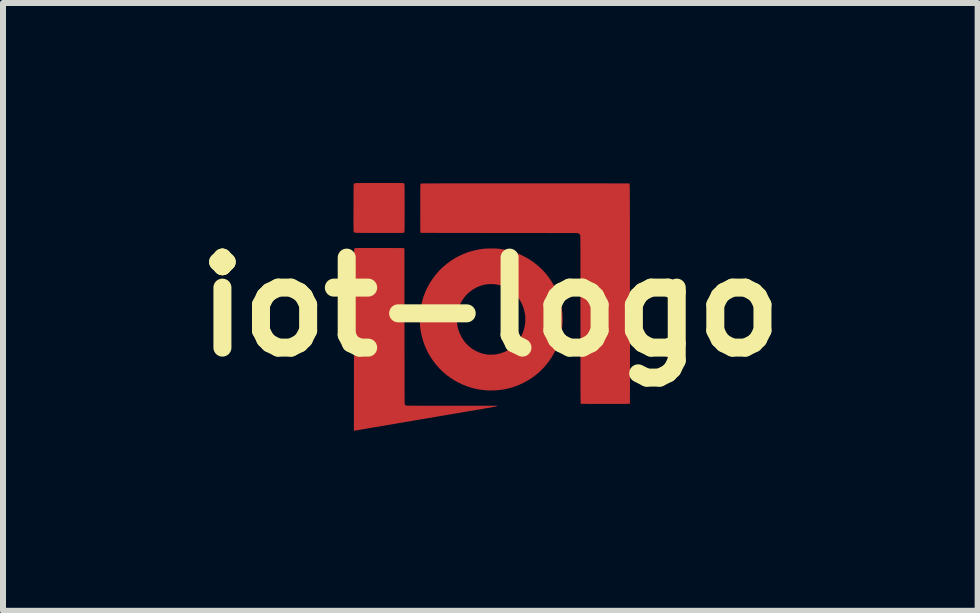
<source format=kicad_pcb>
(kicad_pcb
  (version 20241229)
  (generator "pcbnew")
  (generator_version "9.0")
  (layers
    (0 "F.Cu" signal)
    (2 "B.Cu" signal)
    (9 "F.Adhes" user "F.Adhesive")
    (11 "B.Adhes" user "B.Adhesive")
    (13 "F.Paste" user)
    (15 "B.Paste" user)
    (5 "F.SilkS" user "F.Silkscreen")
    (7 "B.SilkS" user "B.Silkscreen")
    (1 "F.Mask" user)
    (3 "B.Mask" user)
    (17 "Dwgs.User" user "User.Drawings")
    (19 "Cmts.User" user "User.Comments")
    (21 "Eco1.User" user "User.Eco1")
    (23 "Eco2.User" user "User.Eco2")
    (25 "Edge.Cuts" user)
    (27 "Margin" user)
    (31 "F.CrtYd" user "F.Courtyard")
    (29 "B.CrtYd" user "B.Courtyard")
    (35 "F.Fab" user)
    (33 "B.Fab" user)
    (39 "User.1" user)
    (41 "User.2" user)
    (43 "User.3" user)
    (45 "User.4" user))
  (footprint "iot-logo"
    (layer "F.Cu")
    (at 5.121 2.065)
    (property "Reference" "iot-logo" (at 0 0 0) (layer "F.SilkS") (effects (font (size 1.5 1.5) (thickness 0.3))))
    (attr board_only exclude_from_pos_files exclude_from_bom)
    (fp_poly (pts (xy -1.793 -2.065) (xy -1.745 -2.065) (xy -1.702 -2.065) (xy -1.663 -2.065) (xy -1.628 -2.065) (xy -1.596 -2.065) (xy -1.569 -2.065) (xy -1.545 -2.065) (xy -1.524 -2.065) (xy -1.506 -2.064) (xy -1.49 -2.064) (xy -1.478 -2.064) (xy -1.467 -2.064) (xy -1.459 -2.064) (xy -1.452 -2.063) (xy -1.447 -2.063) (xy -1.443 -2.063) (xy -1.44 -2.062) (xy -1.438 -2.062) (xy -1.437 -2.061) (xy -1.437 -2.061) (xy -1.434 -2.055) (xy -1.431 -2.048) (xy -1.43 -2.045) (xy -1.43 -2.041) (xy -1.43 -2.032) (xy -1.429 -2.019) (xy -1.429 -2.002) (xy -1.429 -1.982) (xy -1.428 -1.958) (xy -1.428 -1.931) (xy -1.428 -1.901) (xy -1.428 -1.87) (xy -1.428 -1.836) (xy -1.428 -1.8) (xy -1.428 -1.763) (xy -1.428 -1.726) (xy -1.427 -1.687) (xy -1.427 -1.648) (xy -1.427 -1.609) (xy -1.428 -1.571) (xy -1.428 -1.533) (xy -1.428 -1.496) (xy -1.428 -1.461) (xy -1.428 -1.427) (xy -1.428 -1.395) (xy -1.428 -1.365) (xy -1.428 -1.339) (xy -1.429 -1.315) (xy -1.429 -1.294) (xy -1.429 -1.277) (xy -1.429 -1.264) (xy -1.43 -1.256) (xy -1.43 -1.252) (xy -1.43 -1.252) (xy -1.434 -1.244) (xy -1.439 -1.238) (xy -1.439 -1.238) (xy -1.44 -1.237) (xy -1.441 -1.236) (xy -1.443 -1.236) (xy -1.445 -1.235) (xy -1.448 -1.235) (xy -1.452 -1.234) (xy -1.457 -1.234) (xy -1.464 -1.234) (xy -1.472 -1.234) (xy -1.483 -1.233) (xy -1.496 -1.233) (xy -1.511 -1.233) (xy -1.53 -1.233) (xy -1.551 -1.233) (xy -1.575 -1.233) (xy -1.603 -1.233) (xy -1.634 -1.233) (xy -1.669 -1.233) (xy -1.708 -1.233) (xy -1.752 -1.233) (xy -1.8 -1.233) (xy -1.845 -1.233) (xy -1.889 -1.233) (xy -1.932 -1.233) (xy -1.974 -1.233) (xy -2.013 -1.233) (xy -2.051 -1.233) (xy -2.086 -1.233) (xy -2.118 -1.233) (xy -2.148 -1.234) (xy -2.174 -1.234) (xy -2.197 -1.234) (xy -2.216 -1.234) (xy -2.231 -1.234) (xy -2.242 -1.234) (xy -2.248 -1.235) (xy -2.25 -1.235) (xy -2.263 -1.24) (xy -2.272 -1.248) (xy -2.276 -1.254) (xy -2.276 -1.256) (xy -2.277 -1.258) (xy -2.277 -1.261) (xy -2.278 -1.264) (xy -2.278 -1.269) (xy -2.279 -1.276) (xy -2.279 -1.284) (xy -2.279 -1.294) (xy -2.279 -1.306) (xy -2.279 -1.321) (xy -2.28 -1.338) (xy -2.28 -1.358) (xy -2.28 -1.381) (xy -2.28 -1.408) (xy -2.28 -1.438) (xy -2.28 -1.472) (xy -2.28 -1.51) (xy -2.28 -1.552) (xy -2.28 -1.599) (xy -2.279 -1.651) (xy -2.279 -1.651) (xy -2.279 -1.703) (xy -2.279 -1.749) (xy -2.279 -1.792) (xy -2.279 -1.829) (xy -2.279 -1.863) (xy -2.279 -1.893) (xy -2.279 -1.92) (xy -2.279 -1.943) (xy -2.278 -1.963) (xy -2.278 -1.98) (xy -2.278 -1.994) (xy -2.278 -2.007) (xy -2.278 -2.016) (xy -2.277 -2.025) (xy -2.277 -2.031) (xy -2.277 -2.036) (xy -2.276 -2.04) (xy -2.276 -2.042) (xy -2.275 -2.044) (xy -2.275 -2.046) (xy -2.274 -2.047) (xy -2.274 -2.047) (xy -2.268 -2.055) (xy -2.261 -2.06) (xy -2.26 -2.061) (xy -2.259 -2.061) (xy -2.257 -2.062) (xy -2.254 -2.062) (xy -2.251 -2.063) (xy -2.246 -2.063) (xy -2.24 -2.063) (xy -2.233 -2.064) (xy -2.223 -2.064) (xy -2.212 -2.064) (xy -2.198 -2.064) (xy -2.182 -2.064) (xy -2.162 -2.065) (xy -2.14 -2.065) (xy -2.115 -2.065) (xy -2.086 -2.065) (xy -2.053 -2.065) (xy -2.017 -2.065) (xy -1.976 -2.065) (xy -1.931 -2.065) (xy -1.882 -2.065) (xy -1.846 -2.065)) (stroke (width 0) (type solid)) (fill yes) (layer "F.Cu"))
    (fp_poly (pts (xy -2.013 -0.982) (xy -1.972 -0.982) (xy -1.926 -0.982) (xy -1.875 -0.982) (xy -1.843 -0.982) (xy -1.442 -0.981) (xy -1.437 -0.974) (xy -1.431 -0.967) (xy -1.43 0.326) (xy -1.43 0.422) (xy -1.43 0.513) (xy -1.43 0.6) (xy -1.43 0.682) (xy -1.43 0.759) (xy -1.429 0.832) (xy -1.429 0.901) (xy -1.429 0.966) (xy -1.429 1.026) (xy -1.429 1.083) (xy -1.429 1.136) (xy -1.429 1.186) (xy -1.429 1.232) (xy -1.429 1.275) (xy -1.429 1.314) (xy -1.429 1.351) (xy -1.428 1.384) (xy -1.428 1.415) (xy -1.428 1.443) (xy -1.428 1.468) (xy -1.428 1.491) (xy -1.428 1.511) (xy -1.428 1.53) (xy -1.428 1.546) (xy -1.427 1.56) (xy -1.427 1.573) (xy -1.427 1.583) (xy -1.427 1.593) (xy -1.427 1.601) (xy -1.426 1.607) (xy -1.426 1.612) (xy -1.426 1.617) (xy -1.426 1.62) (xy -1.425 1.622) (xy -1.425 1.624) (xy -1.425 1.626) (xy -1.424 1.627) (xy -1.424 1.627) (xy -1.419 1.634) (xy -1.412 1.639) (xy -1.402 1.642) (xy -1.388 1.644) (xy -1.382 1.645) (xy -1.377 1.645) (xy -1.368 1.646) (xy -1.354 1.646) (xy -1.336 1.646) (xy -1.314 1.646) (xy -1.287 1.646) (xy -1.257 1.646) (xy -1.223 1.646) (xy -1.186 1.647) (xy -1.146 1.647) (xy -1.103 1.647) (xy -1.057 1.647) (xy -1.008 1.647) (xy -0.957 1.647) (xy -0.904 1.647) (xy -0.848 1.647) (xy -0.791 1.647) (xy -0.733 1.647) (xy -0.673 1.647) (xy -0.624 1.647) (xy 0.11 1.647) (xy 0.11 1.653) (xy 0.11 1.654) (xy 0.109 1.655) (xy 0.108 1.655) (xy 0.107 1.656) (xy 0.104 1.657) (xy 0.1 1.658) (xy 0.094 1.66) (xy 0.087 1.661) (xy 0.077 1.663) (xy 0.066 1.666) (xy 0.051 1.668) (xy 0.034 1.671) (xy 0.015 1.675) (xy -0.008 1.679) (xy -0.035 1.683) (xy -0.065 1.688) (xy -0.099 1.694) (xy -0.137 1.701) (xy -0.18 1.708) (xy -0.227 1.716) (xy -0.239 1.718) (xy -0.265 1.723) (xy -0.295 1.728) (xy -0.328 1.733) (xy -0.365 1.739) (xy -0.404 1.746) (xy -0.447 1.753) (xy -0.492 1.761) (xy -0.54 1.769) (xy -0.59 1.778) (xy -0.643 1.787) (xy -0.697 1.796) (xy -0.753 1.806) (xy -0.811 1.815) (xy -0.87 1.825) (xy -0.93 1.836) (xy -0.99 1.846) (xy -1.052 1.856) (xy -1.114 1.867) (xy -1.177 1.878) (xy -1.24 1.888) (xy -1.302 1.899) (xy -1.364 1.91) (xy -1.426 1.92) (xy -1.487 1.93) (xy -1.547 1.941) (xy -1.606 1.951) (xy -1.664 1.961) (xy -1.721 1.97) (xy -1.775 1.98) (xy -1.828 1.989) (xy -1.879 1.997) (xy -1.927 2.005) (xy -1.973 2.013) (xy -2.016 2.02) (xy -2.056 2.027) (xy -2.093 2.034) (xy -2.127 2.039) (xy -2.157 2.045) (xy -2.183 2.049) (xy -2.206 2.053) (xy -2.224 2.056) (xy -2.239 2.058) (xy -2.248 2.06) (xy -2.253 2.061) (xy -2.273 2.064) (xy -2.272 0.552) (xy -2.272 0.446) (xy -2.272 0.345) (xy -2.272 0.249) (xy -2.272 0.158) (xy -2.272 0.071) (xy -2.272 -0.012) (xy -2.272 -0.09) (xy -2.271 -0.163) (xy -2.271 -0.233) (xy -2.271 -0.299) (xy -2.271 -0.361) (xy -2.271 -0.419) (xy -2.271 -0.473) (xy -2.271 -0.524) (xy -2.271 -0.571) (xy -2.271 -0.615) (xy -2.271 -0.656) (xy -2.271 -0.694) (xy -2.271 -0.729) (xy -2.271 -0.761) (xy -2.27 -0.79) (xy -2.27 -0.816) (xy -2.27 -0.84) (xy -2.27 -0.861) (xy -2.27 -0.88) (xy -2.27 -0.897) (xy -2.27 -0.912) (xy -2.269 -0.925) (xy -2.269 -0.936) (xy -2.269 -0.945) (xy -2.269 -0.952) (xy -2.269 -0.958) (xy -2.268 -0.962) (xy -2.268 -0.965) (xy -2.268 -0.967) (xy -2.268 -0.968) (xy -2.267 -0.97) (xy -2.266 -0.972) (xy -2.265 -0.973) (xy -2.264 -0.975) (xy -2.262 -0.976) (xy -2.26 -0.977) (xy -2.256 -0.978) (xy -2.251 -0.979) (xy -2.245 -0.98) (xy -2.237 -0.98) (xy -2.227 -0.981) (xy -2.215 -0.981) (xy -2.2 -0.981) (xy -2.183 -0.982) (xy -2.163 -0.982) (xy -2.14 -0.982) (xy -2.114 -0.982) (xy -2.084 -0.982) (xy -2.051 -0.982)) (stroke (width 0) (type solid)) (fill yes) (layer "F.Cu"))
    (fp_poly (pts (xy 0.043 -0.974) (xy 0.067 -0.973) (xy 0.088 -0.973) (xy 0.106 -0.972) (xy 0.124 -0.971) (xy 0.142 -0.969) (xy 0.161 -0.967) (xy 0.182 -0.964) (xy 0.193 -0.962) (xy 0.266 -0.949) (xy 0.339 -0.931) (xy 0.411 -0.908) (xy 0.481 -0.881) (xy 0.549 -0.849) (xy 0.615 -0.814) (xy 0.678 -0.775) (xy 0.739 -0.731) (xy 0.797 -0.684) (xy 0.852 -0.634) (xy 0.899 -0.585) (xy 0.942 -0.534) (xy 0.981 -0.483) (xy 1.017 -0.431) (xy 1.049 -0.377) (xy 1.08 -0.32) (xy 1.08 -0.32) (xy 1.112 -0.25) (xy 1.14 -0.179) (xy 1.163 -0.106) (xy 1.18 -0.032) (xy 1.194 0.043) (xy 1.202 0.119) (xy 1.205 0.195) (xy 1.204 0.271) (xy 1.197 0.348) (xy 1.196 0.357) (xy 1.184 0.431) (xy 1.168 0.504) (xy 1.147 0.576) (xy 1.121 0.646) (xy 1.091 0.714) (xy 1.057 0.781) (xy 1.019 0.845) (xy 0.977 0.906) (xy 0.931 0.965) (xy 0.882 1.021) (xy 0.829 1.073) (xy 0.818 1.084) (xy 0.768 1.126) (xy 0.718 1.165) (xy 0.667 1.2) (xy 0.614 1.232) (xy 0.557 1.263) (xy 0.55 1.266) (xy 0.487 1.296) (xy 0.423 1.321) (xy 0.358 1.343) (xy 0.292 1.36) (xy 0.223 1.375) (xy 0.151 1.385) (xy 0.142 1.386) (xy 0.132 1.387) (xy 0.118 1.388) (xy 0.101 1.389) (xy 0.081 1.39) (xy 0.06 1.391) (xy 0.039 1.391) (xy 0.017 1.391) (xy -0.004 1.392) (xy -0.023 1.392) (xy -0.039 1.392) (xy -0.052 1.392) (xy -0.061 1.391) (xy -0.061 1.391) (xy -0.068 1.39) (xy -0.078 1.389) (xy -0.09 1.388) (xy -0.1 1.387) (xy -0.174 1.378) (xy -0.248 1.364) (xy -0.321 1.345) (xy -0.393 1.321) (xy -0.463 1.293) (xy -0.531 1.261) (xy -0.598 1.224) (xy -0.661 1.183) (xy -0.722 1.139) (xy -0.731 1.132) (xy -0.79 1.082) (xy -0.845 1.028) (xy -0.896 0.971) (xy -0.943 0.912) (xy -0.986 0.849) (xy -1.026 0.784) (xy -1.061 0.716) (xy -1.091 0.646) (xy -1.114 0.584) (xy -1.135 0.513) (xy -1.152 0.443) (xy -1.164 0.373) (xy -1.172 0.301) (xy -1.175 0.228) (xy -1.175 0.209) (xy -1.175 0.207) (xy -0.556 0.207) (xy -0.556 0.229) (xy -0.555 0.249) (xy -0.554 0.266) (xy -0.553 0.28) (xy -0.553 0.28) (xy -0.543 0.336) (xy -0.529 0.389) (xy -0.51 0.44) (xy -0.487 0.489) (xy -0.46 0.535) (xy -0.429 0.579) (xy -0.393 0.62) (xy -0.354 0.657) (xy -0.337 0.672) (xy -0.297 0.701) (xy -0.254 0.727) (xy -0.209 0.75) (xy -0.161 0.768) (xy -0.113 0.782) (xy -0.064 0.791) (xy -0.055 0.792) (xy -0.044 0.794) (xy -0.032 0.795) (xy -0.024 0.796) (xy -0.022 0.796) (xy -0.012 0.797) (xy 0.003 0.797) (xy 0.02 0.796) (xy 0.039 0.795) (xy 0.057 0.794) (xy 0.073 0.793) (xy 0.088 0.792) (xy 0.092 0.791) (xy 0.143 0.781) (xy 0.192 0.767) (xy 0.241 0.748) (xy 0.287 0.725) (xy 0.33 0.698) (xy 0.364 0.672) (xy 0.405 0.636) (xy 0.442 0.596) (xy 0.475 0.554) (xy 0.504 0.509) (xy 0.529 0.461) (xy 0.549 0.411) (xy 0.565 0.358) (xy 0.577 0.303) (xy 0.58 0.28) (xy 0.582 0.266) (xy 0.583 0.249) (xy 0.583 0.229) (xy 0.583 0.208) (xy 0.583 0.186) (xy 0.583 0.166) (xy 0.582 0.149) (xy 0.58 0.135) (xy 0.58 0.135) (xy 0.57 0.08) (xy 0.556 0.027) (xy 0.538 -0.024) (xy 0.516 -0.072) (xy 0.489 -0.118) (xy 0.459 -0.161) (xy 0.425 -0.201) (xy 0.388 -0.237) (xy 0.347 -0.27) (xy 0.303 -0.3) (xy 0.26 -0.323) (xy 0.214 -0.344) (xy 0.168 -0.36) (xy 0.122 -0.371) (xy 0.074 -0.378) (xy 0.023 -0.381) (xy 0.014 -0.381) (xy -0.037 -0.379) (xy -0.085 -0.373) (xy -0.132 -0.362) (xy -0.178 -0.347) (xy -0.224 -0.328) (xy -0.232 -0.323) (xy -0.279 -0.297) (xy -0.323 -0.267) (xy -0.364 -0.234) (xy -0.401 -0.197) (xy -0.434 -0.157) (xy -0.464 -0.114) (xy -0.49 -0.068) (xy -0.512 -0.019) (xy -0.53 0.032) (xy -0.544 0.085) (xy -0.553 0.135) (xy -0.554 0.149) (xy -0.555 0.166) (xy -0.556 0.186) (xy -0.556 0.207) (xy -1.175 0.207) (xy -1.173 0.132) (xy -1.165 0.056) (xy -1.153 -0.018) (xy -1.136 -0.092) (xy -1.115 -0.164) (xy -1.089 -0.235) (xy -1.059 -0.303) (xy -1.024 -0.37) (xy -0.985 -0.434) (xy -0.942 -0.496) (xy -0.895 -0.555) (xy -0.844 -0.612) (xy -0.789 -0.665) (xy -0.777 -0.675) (xy -0.72 -0.723) (xy -0.659 -0.768) (xy -0.595 -0.808) (xy -0.528 -0.845) (xy -0.459 -0.877) (xy -0.389 -0.905) (xy -0.317 -0.928) (xy -0.244 -0.947) (xy -0.237 -0.948) (xy -0.203 -0.955) (xy -0.172 -0.961) (xy -0.142 -0.965) (xy -0.112 -0.969) (xy -0.082 -0.971) (xy -0.05 -0.973) (xy -0.015 -0.974) (xy 0.015 -0.974)) (stroke (width 0) (type solid)) (fill yes) (layer "F.Cu"))
    (fp_poly (pts (xy 0.673 -2.06) (xy 0.765 -2.06) (xy 0.855 -2.06) (xy 0.944 -2.06) (xy 1.031 -2.06) (xy 1.117 -2.06) (xy 1.2 -2.06) (xy 1.282 -2.06) (xy 1.362 -2.06) (xy 1.439 -2.06) (xy 1.514 -2.06) (xy 1.586 -2.06) (xy 1.656 -2.06) (xy 1.723 -2.06) (xy 1.787 -2.06) (xy 1.848 -2.06) (xy 1.906 -2.06) (xy 1.96 -2.059) (xy 2.012 -2.059) (xy 2.059 -2.059) (xy 2.103 -2.059) (xy 2.144 -2.059) (xy 2.18 -2.059) (xy 2.212 -2.059) (xy 2.241 -2.059) (xy 2.265 -2.059) (xy 2.284 -2.059) (xy 2.299 -2.059) (xy 2.309 -2.059) (xy 2.315 -2.059) (xy 2.316 -2.059) (xy 2.316 -2.058) (xy 2.317 -2.058) (xy 2.318 -2.058) (xy 2.318 -2.058) (xy 2.319 -2.058) (xy 2.319 -2.058) (xy 2.32 -2.057) (xy 2.32 -2.056) (xy 2.321 -2.054) (xy 2.321 -2.051) (xy 2.322 -2.047) (xy 2.322 -2.043) (xy 2.322 -2.038) (xy 2.323 -2.031) (xy 2.323 -2.023) (xy 2.323 -2.014) (xy 2.324 -2.003) (xy 2.324 -1.991) (xy 2.324 -1.977) (xy 2.324 -1.962) (xy 2.325 -1.944) (xy 2.325 -1.925) (xy 2.325 -1.903) (xy 2.325 -1.88) (xy 2.325 -1.854) (xy 2.325 -1.825) (xy 2.326 -1.794) (xy 2.326 -1.761) (xy 2.326 -1.724) (xy 2.326 -1.685) (xy 2.326 -1.643) (xy 2.326 -1.598) (xy 2.326 -1.549) (xy 2.326 -1.498) (xy 2.327 -1.443) (xy 2.327 -1.384) (xy 2.327 -1.322) (xy 2.327 -1.257) (xy 2.327 -1.187) (xy 2.327 -1.114) (xy 2.327 -1.036) (xy 2.327 -0.955) (xy 2.327 -0.869) (xy 2.327 -0.779) (xy 2.327 -0.685) (xy 2.327 -0.585) (xy 2.327 -0.482) (xy 2.327 -0.373) (xy 2.327 -0.26) (xy 2.328 -0.225) (xy 2.328 -0.13) (xy 2.328 -0.036) (xy 2.328 0.057) (xy 2.328 0.148) (xy 2.328 0.238) (xy 2.328 0.326) (xy 2.328 0.412) (xy 2.328 0.496) (xy 2.328 0.578) (xy 2.328 0.658) (xy 2.328 0.735) (xy 2.328 0.81) (xy 2.328 0.883) (xy 2.328 0.952) (xy 2.328 1.019) (xy 2.328 1.083) (xy 2.328 1.144) (xy 2.328 1.202) (xy 2.328 1.256) (xy 2.328 1.307) (xy 2.328 1.354) (xy 2.328 1.397) (xy 2.327 1.437) (xy 2.327 1.473) (xy 2.327 1.504) (xy 2.327 1.532) (xy 2.327 1.555) (xy 2.327 1.574) (xy 2.327 1.588) (xy 2.327 1.597) (xy 2.327 1.601) (xy 2.327 1.602) (xy 2.326 1.604) (xy 2.326 1.606) (xy 2.326 1.607) (xy 2.325 1.609) (xy 2.324 1.61) (xy 2.322 1.611) (xy 2.32 1.613) (xy 2.316 1.613) (xy 2.31 1.614) (xy 2.303 1.615) (xy 2.294 1.616) (xy 2.283 1.616) (xy 2.27 1.616) (xy 2.254 1.617) (xy 2.235 1.617) (xy 2.213 1.617) (xy 2.189 1.617) (xy 2.16 1.617) (xy 2.128 1.617) (xy 2.092 1.617) (xy 2.052 1.617) (xy 2.007 1.617) (xy 1.958 1.617) (xy 1.918 1.617) (xy 1.873 1.617) (xy 1.83 1.617) (xy 1.789 1.617) (xy 1.75 1.617) (xy 1.712 1.617) (xy 1.678 1.617) (xy 1.645 1.617) (xy 1.616 1.616) (xy 1.59 1.616) (xy 1.567 1.616) (xy 1.548 1.616) (xy 1.534 1.616) (xy 1.523 1.615) (xy 1.517 1.615) (xy 1.516 1.615) (xy 1.51 1.611) (xy 1.507 1.607) (xy 1.506 1.606) (xy 1.506 1.605) (xy 1.506 1.603) (xy 1.505 1.6) (xy 1.505 1.596) (xy 1.505 1.591) (xy 1.505 1.585) (xy 1.505 1.578) (xy 1.504 1.569) (xy 1.504 1.558) (xy 1.504 1.546) (xy 1.504 1.532) (xy 1.504 1.516) (xy 1.504 1.498) (xy 1.504 1.478) (xy 1.503 1.455) (xy 1.503 1.43) (xy 1.503 1.403) (xy 1.503 1.373) (xy 1.503 1.34) (xy 1.503 1.304) (xy 1.503 1.265) (xy 1.503 1.223) (xy 1.503 1.178) (xy 1.503 1.129) (xy 1.503 1.077) (xy 1.503 1.021) (xy 1.503 0.961) (xy 1.503 0.898) (xy 1.503 0.83) (xy 1.503 0.758) (xy 1.503 0.683) (xy 1.503 0.602) (xy 1.503 0.518) (xy 1.503 0.428) (xy 1.503 0.334) (xy 1.502 0.235) (xy 1.502 0.209) (xy 1.502 0.103) (xy 1.502 0.003) (xy 1.502 -0.094) (xy 1.502 -0.185) (xy 1.502 -0.271) (xy 1.502 -0.354) (xy 1.502 -0.431) (xy 1.502 -0.504) (xy 1.502 -0.573) (xy 1.502 -0.638) (xy 1.502 -0.699) (xy 1.502 -0.756) (xy 1.502 -0.808) (xy 1.502 -0.857) (xy 1.502 -0.903) (xy 1.502 -0.944) (xy 1.502 -0.982) (xy 1.502 -1.017) (xy 1.501 -1.048) (xy 1.501 -1.076) (xy 1.501 -1.1) (xy 1.501 -1.122) (xy 1.501 -1.14) (xy 1.501 -1.156) (xy 1.5 -1.168) (xy 1.5 -1.178) (xy 1.5 -1.186) (xy 1.5 -1.191) (xy 1.5 -1.193) (xy 1.5 -1.193) (xy 1.494 -1.205) (xy 1.483 -1.215) (xy 1.47 -1.224) (xy 1.466 -1.225) (xy 1.451 -1.231) (xy 0.148 -1.232) (xy -1.156 -1.234) (xy -1.161 -1.241) (xy -1.166 -1.248) (xy -1.167 -1.64) (xy -1.167 -1.7) (xy -1.167 -1.754) (xy -1.167 -1.804) (xy -1.167 -1.848) (xy -1.167 -1.888) (xy -1.167 -1.923) (xy -1.167 -1.954) (xy -1.166 -1.98) (xy -1.166 -2.001) (xy -1.166 -2.018) (xy -1.166 -2.031) (xy -1.165 -2.039) (xy -1.165 -2.043) (xy -1.165 -2.043) (xy -1.162 -2.05) (xy -1.158 -2.056) (xy -1.157 -2.056) (xy -1.156 -2.056) (xy -1.154 -2.057) (xy -1.152 -2.057) (xy -1.148 -2.057) (xy -1.143 -2.057) (xy -1.137 -2.058) (xy -1.13 -2.058) (xy -1.121 -2.058) (xy -1.111 -2.058) (xy -1.099 -2.058) (xy -1.085 -2.058) (xy -1.069 -2.059) (xy -1.051 -2.059) (xy -1.031 -2.059) (xy -1.009 -2.059) (xy -0.984 -2.059) (xy -0.957 -2.059) (xy -0.928 -2.059) (xy -0.896 -2.059) (xy -0.861 -2.059) (xy -0.823 -2.059) (xy -0.782 -2.06) (xy -0.739 -2.06) (xy -0.692 -2.06) (xy -0.641 -2.06) (xy -0.588 -2.06) (xy -0.53 -2.06) (xy -0.47 -2.06) (xy -0.405 -2.06) (xy -0.337 -2.06) (xy -0.265 -2.06) (xy -0.188 -2.06) (xy -0.108 -2.06) (xy -0.023 -2.06) (xy 0.066 -2.06) (xy 0.16 -2.06) (xy 0.258 -2.06) (xy 0.36 -2.06) (xy 0.468 -2.06) (xy 0.58 -2.06) (xy 0.581 -2.06)) (stroke (width 0) (type solid)) (fill yes) (layer "F.Cu")))
  (gr_rect
    (start -3 -3)
    (end 13.243 7.129)
    (stroke (width 0.1) (type default))
    (fill no)
    (layer "Edge.Cuts")))
</source>
